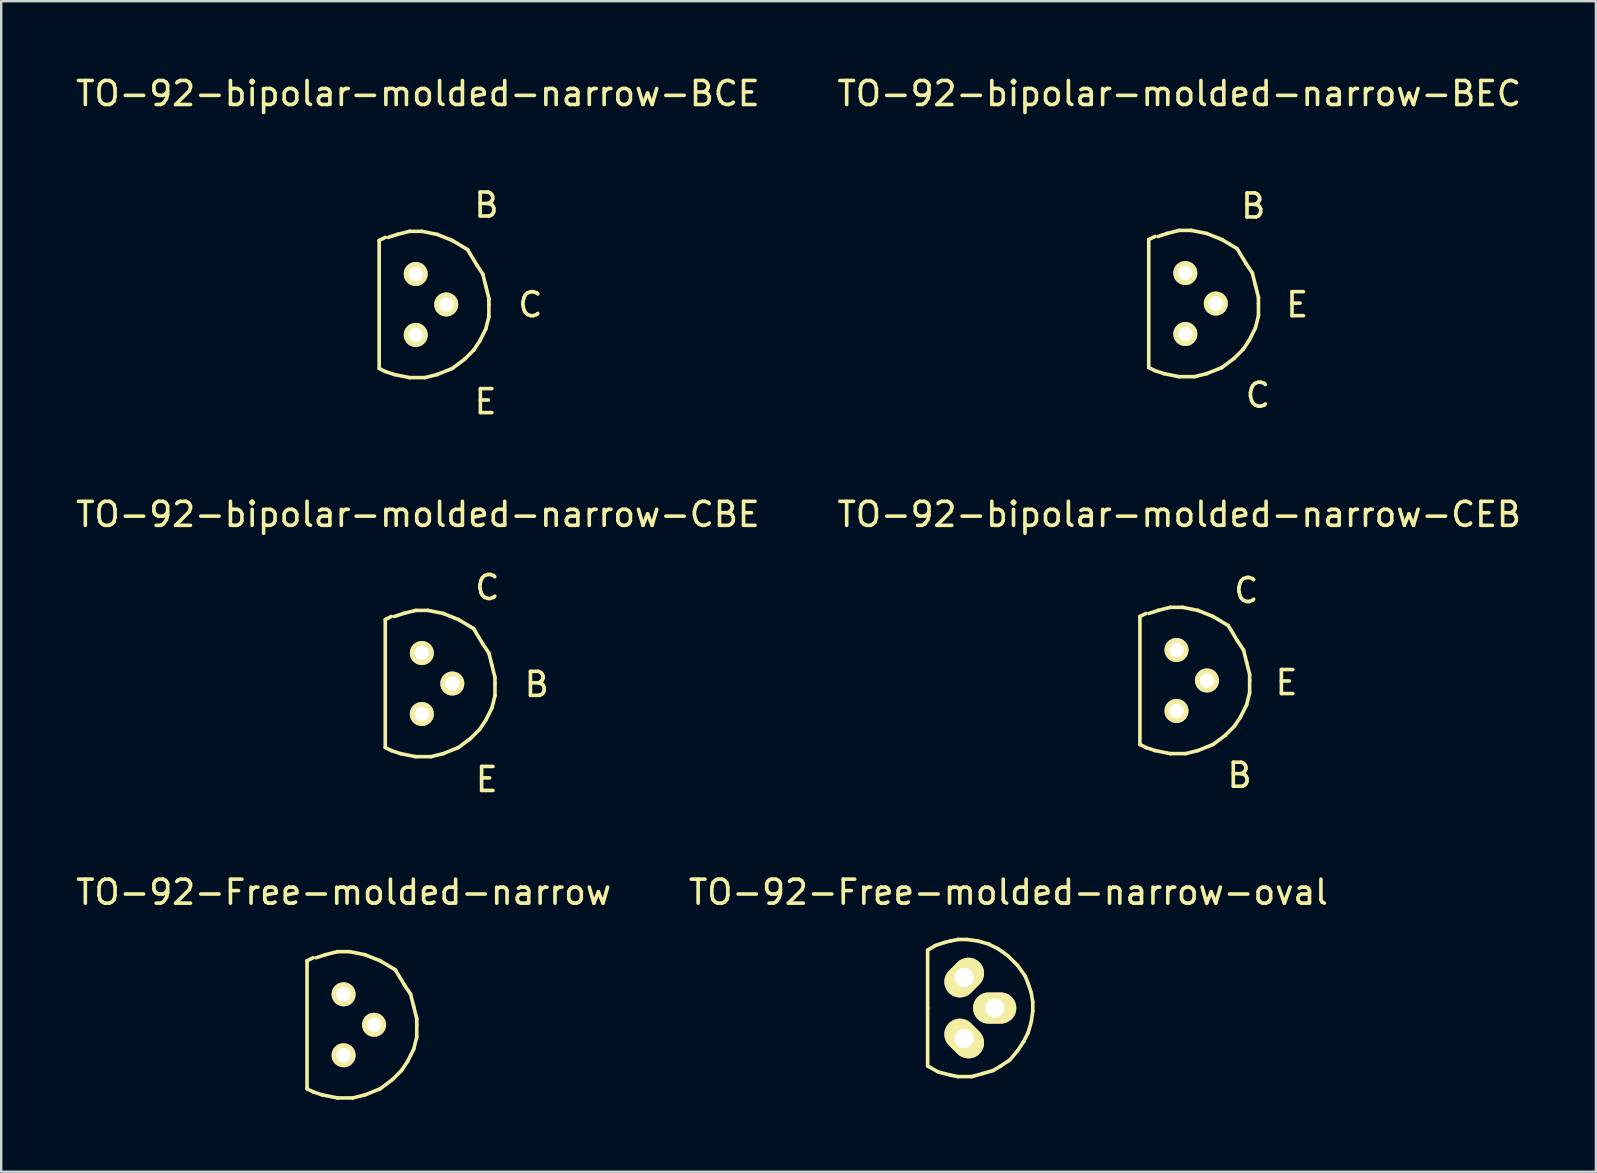
<source format=kicad_pcb>
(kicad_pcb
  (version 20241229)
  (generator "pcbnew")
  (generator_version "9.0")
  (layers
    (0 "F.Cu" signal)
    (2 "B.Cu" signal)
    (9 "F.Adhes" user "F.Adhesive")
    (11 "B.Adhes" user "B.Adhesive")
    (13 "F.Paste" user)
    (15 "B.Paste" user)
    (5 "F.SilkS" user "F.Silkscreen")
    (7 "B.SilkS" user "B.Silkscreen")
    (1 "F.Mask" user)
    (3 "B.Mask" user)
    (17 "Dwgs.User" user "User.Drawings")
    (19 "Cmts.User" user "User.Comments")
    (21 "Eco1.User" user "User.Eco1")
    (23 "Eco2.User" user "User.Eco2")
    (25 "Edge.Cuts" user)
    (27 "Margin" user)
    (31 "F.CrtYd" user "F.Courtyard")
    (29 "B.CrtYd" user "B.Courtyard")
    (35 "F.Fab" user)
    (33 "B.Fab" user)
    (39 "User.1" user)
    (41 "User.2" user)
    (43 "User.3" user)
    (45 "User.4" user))
  (footprint "TO-92-bipolar-molded-narrow-BCE"
    (layer "F.Cu")
    (at 14.274 9.637)
    (property "Reference" "TO-92-bipolar-molded-narrow-BCE" (at 0.089 -8.788 0) (layer "F.SilkS") (effects (font (size 1 1) (thickness 0.15))))
    (attr through_hole)
    (fp_line (start -1.524 -2.667) (end -1.524 2.667) (stroke (width 0.15) (type solid)) (layer "F.SilkS"))
    (fp_line (start -1.524 -2.667) (end -1.27 -2.794) (stroke (width 0.15) (type solid)) (layer "F.SilkS"))
    (fp_line (start -1.27 2.794) (end -1.524 2.667) (stroke (width 0.15) (type solid)) (layer "F.SilkS"))
    (fp_line (start -1.143 -2.794) (end -0.762 -2.921) (stroke (width 0.15) (type solid)) (layer "F.SilkS"))
    (fp_line (start -0.889 2.921) (end -1.27 2.794) (stroke (width 0.15) (type solid)) (layer "F.SilkS"))
    (fp_line (start -0.762 -2.921) (end -0.254 -3.048) (stroke (width 0.15) (type solid)) (layer "F.SilkS"))
    (fp_line (start -0.254 -3.048) (end 0.254 -3.048) (stroke (width 0.15) (type solid)) (layer "F.SilkS"))
    (fp_line (start -0.254 3.048) (end -0.889 2.921) (stroke (width 0.15) (type solid)) (layer "F.SilkS"))
    (fp_line (start 0.254 -3.048) (end 0.889 -2.921) (stroke (width 0.15) (type solid)) (layer "F.SilkS"))
    (fp_line (start 0.381 3.048) (end -0.254 3.048) (stroke (width 0.15) (type solid)) (layer "F.SilkS"))
    (fp_line (start 0.889 -2.921) (end 1.524 -2.667) (stroke (width 0.15) (type solid)) (layer "F.SilkS"))
    (fp_line (start 0.889 2.921) (end 0.381 3.048) (stroke (width 0.15) (type solid)) (layer "F.SilkS"))
    (fp_line (start 1.524 -2.667) (end 2.159 -2.286) (stroke (width 0.15) (type solid)) (layer "F.SilkS"))
    (fp_line (start 1.524 2.667) (end 0.889 2.921) (stroke (width 0.15) (type solid)) (layer "F.SilkS"))
    (fp_line (start 2.032 2.286) (end 1.524 2.667) (stroke (width 0.15) (type solid)) (layer "F.SilkS"))
    (fp_line (start 2.159 -2.286) (end 2.54 -1.651) (stroke (width 0.15) (type solid)) (layer "F.SilkS"))
    (fp_line (start 2.413 1.905) (end 2.032 2.286) (stroke (width 0.15) (type solid)) (layer "F.SilkS"))
    (fp_line (start 2.54 -1.651) (end 2.794 -1.27) (stroke (width 0.15) (type solid)) (layer "F.SilkS"))
    (fp_line (start 2.667 1.524) (end 2.413 1.905) (stroke (width 0.15) (type solid)) (layer "F.SilkS"))
    (fp_line (start 2.794 -1.27) (end 2.921 -0.762) (stroke (width 0.15) (type solid)) (layer "F.SilkS"))
    (fp_line (start 2.921 -0.762) (end 3.048 -0.254) (stroke (width 0.15) (type solid)) (layer "F.SilkS"))
    (fp_line (start 2.921 1.016) (end 2.667 1.524) (stroke (width 0.15) (type solid)) (layer "F.SilkS"))
    (fp_line (start 3.048 -0.254) (end 3.048 0) (stroke (width 0.15) (type solid)) (layer "F.SilkS"))
    (fp_line (start 3.048 0) (end 3.048 0.508) (stroke (width 0.15) (type solid)) (layer "F.SilkS"))
    (fp_line (start 3.048 0.508) (end 2.921 1.016) (stroke (width 0.15) (type solid)) (layer "F.SilkS"))
    (fp_text user "E" (at 2.908 4.051 0) (layer "F.SilkS") (effects (font (size 1 1) (thickness 0.15))))
    (fp_text user "B" (at 2.946 -4.14 0) (layer "F.SilkS") (effects (font (size 1 1) (thickness 0.15))))
    (fp_text user "C" (at 4.775 0.013 0) (layer "F.SilkS") (effects (font (size 1 1) (thickness 0.15))))
    (pad "B" thru_hole circle (at 0 -1.27) (size 1.001 1.001) (drill 0.599) (layers "*.Cu" "*.Mask" "F.SilkS"))
    (pad "C" thru_hole circle (at 1.27 0) (size 1.001 1.001) (drill 0.599) (layers "*.Cu" "*.Mask" "F.SilkS"))
    (pad "E" thru_hole circle (at 0 1.27) (size 1.001 1.001) (drill 0.599) (layers "*.Cu" "*.Mask" "F.SilkS")))
  (footprint "TO-92-Free-molded-narrow-oval"
    (layer "F.Cu")
    (at 37.129 38.956)
    (property "Reference" "TO-92-Free-molded-narrow-oval" (at 1.841 -4.826 0) (layer "F.SilkS") (effects (font (size 1 1) (thickness 0.15))))
    (attr through_hole)
    (fp_line (start -1.524 -2.413) (end -1.206 -2.603) (stroke (width 0.15) (type solid)) (layer "F.SilkS"))
    (fp_line (start -1.524 0) (end -1.524 -2.413) (stroke (width 0.15) (type solid)) (layer "F.SilkS"))
    (fp_line (start -1.524 0) (end -1.524 2.413) (stroke (width 0.15) (type solid)) (layer "F.SilkS"))
    (fp_line (start -1.206 -2.603) (end -0.826 -2.731) (stroke (width 0.15) (type solid)) (layer "F.SilkS"))
    (fp_line (start -1.079 2.667) (end -1.524 2.413) (stroke (width 0.15) (type solid)) (layer "F.SilkS"))
    (fp_line (start -0.826 -2.731) (end -0.572 -2.794) (stroke (width 0.15) (type solid)) (layer "F.SilkS"))
    (fp_line (start -0.572 -2.794) (end -0.254 -2.857) (stroke (width 0.15) (type solid)) (layer "F.SilkS"))
    (fp_line (start -0.572 2.794) (end -1.079 2.667) (stroke (width 0.15) (type solid)) (layer "F.SilkS"))
    (fp_line (start -0.254 -2.857) (end 0.127 -2.857) (stroke (width 0.15) (type solid)) (layer "F.SilkS"))
    (fp_line (start -0.254 2.857) (end -0.572 2.794) (stroke (width 0.15) (type solid)) (layer "F.SilkS"))
    (fp_line (start 0.127 -2.857) (end 0.572 -2.794) (stroke (width 0.15) (type solid)) (layer "F.SilkS"))
    (fp_line (start 0.318 2.857) (end -0.254 2.857) (stroke (width 0.15) (type solid)) (layer "F.SilkS"))
    (fp_line (start 0.572 -2.794) (end 1.016 -2.667) (stroke (width 0.15) (type solid)) (layer "F.SilkS"))
    (fp_line (start 0.762 2.731) (end 0.318 2.857) (stroke (width 0.15) (type solid)) (layer "F.SilkS"))
    (fp_line (start 1.016 -2.667) (end 1.397 -2.477) (stroke (width 0.15) (type solid)) (layer "F.SilkS"))
    (fp_line (start 1.206 2.603) (end 0.762 2.731) (stroke (width 0.15) (type solid)) (layer "F.SilkS"))
    (fp_line (start 1.397 -2.477) (end 1.587 -2.349) (stroke (width 0.15) (type solid)) (layer "F.SilkS"))
    (fp_line (start 1.524 2.413) (end 1.206 2.603) (stroke (width 0.15) (type solid)) (layer "F.SilkS"))
    (fp_line (start 1.587 -2.349) (end 1.841 -2.159) (stroke (width 0.15) (type solid)) (layer "F.SilkS"))
    (fp_line (start 1.841 -2.159) (end 2.223 -1.778) (stroke (width 0.15) (type solid)) (layer "F.SilkS"))
    (fp_line (start 1.905 2.159) (end 1.524 2.413) (stroke (width 0.15) (type solid)) (layer "F.SilkS"))
    (fp_line (start 2.223 -1.778) (end 2.54 -1.333) (stroke (width 0.15) (type solid)) (layer "F.SilkS"))
    (fp_line (start 2.223 1.778) (end 1.905 2.159) (stroke (width 0.15) (type solid)) (layer "F.SilkS"))
    (fp_line (start 2.477 1.397) (end 2.223 1.778) (stroke (width 0.15) (type solid)) (layer "F.SilkS"))
    (fp_line (start 2.54 -1.333) (end 2.667 -1.016) (stroke (width 0.15) (type solid)) (layer "F.SilkS"))
    (fp_line (start 2.667 -1.016) (end 2.794 -0.635) (stroke (width 0.15) (type solid)) (layer "F.SilkS"))
    (fp_line (start 2.667 1.016) (end 2.477 1.397) (stroke (width 0.15) (type solid)) (layer "F.SilkS"))
    (fp_line (start 2.794 -0.635) (end 2.857 -0.254) (stroke (width 0.15) (type solid)) (layer "F.SilkS"))
    (fp_line (start 2.794 0.572) (end 2.667 1.016) (stroke (width 0.15) (type solid)) (layer "F.SilkS"))
    (fp_line (start 2.857 -0.254) (end 2.857 0.127) (stroke (width 0.15) (type solid)) (layer "F.SilkS"))
    (fp_line (start 2.857 0.127) (end 2.794 0.572) (stroke (width 0.15) (type solid)) (layer "F.SilkS"))
    (pad "1" thru_hole oval (at 0 -1.27 315) (size 1.3 1.801) (drill 0.8) (layers "*.Cu" "*.Mask" "F.SilkS"))
    (pad "2" thru_hole oval (at 1.27 0) (size 1.801 1.3) (drill 0.8) (layers "*.Cu" "*.Mask" "F.SilkS"))
    (pad "3" thru_hole oval (at 0 1.27 315) (size 1.801 1.3) (drill 0.8) (layers "*.Cu" "*.Mask" "F.SilkS")))
  (footprint "TO-92-bipolar-molded-narrow-CEB"
    (layer "F.Cu")
    (at 45.975 25.306)
    (property "Reference" "TO-92-bipolar-molded-narrow-CEB" (at 0.114 -6.921 0) (layer "F.SilkS") (effects (font (size 1 1) (thickness 0.15))))
    (attr through_hole)
    (fp_line (start -1.524 -2.667) (end -1.524 2.667) (stroke (width 0.15) (type solid)) (layer "F.SilkS"))
    (fp_line (start -1.524 -2.667) (end -1.27 -2.794) (stroke (width 0.15) (type solid)) (layer "F.SilkS"))
    (fp_line (start -1.27 2.794) (end -1.524 2.667) (stroke (width 0.15) (type solid)) (layer "F.SilkS"))
    (fp_line (start -1.143 -2.794) (end -0.762 -2.921) (stroke (width 0.15) (type solid)) (layer "F.SilkS"))
    (fp_line (start -0.889 2.921) (end -1.27 2.794) (stroke (width 0.15) (type solid)) (layer "F.SilkS"))
    (fp_line (start -0.762 -2.921) (end -0.254 -3.048) (stroke (width 0.15) (type solid)) (layer "F.SilkS"))
    (fp_line (start -0.254 -3.048) (end 0.254 -3.048) (stroke (width 0.15) (type solid)) (layer "F.SilkS"))
    (fp_line (start -0.254 3.048) (end -0.889 2.921) (stroke (width 0.15) (type solid)) (layer "F.SilkS"))
    (fp_line (start 0.254 -3.048) (end 0.889 -2.921) (stroke (width 0.15) (type solid)) (layer "F.SilkS"))
    (fp_line (start 0.381 3.048) (end -0.254 3.048) (stroke (width 0.15) (type solid)) (layer "F.SilkS"))
    (fp_line (start 0.889 -2.921) (end 1.524 -2.667) (stroke (width 0.15) (type solid)) (layer "F.SilkS"))
    (fp_line (start 0.889 2.921) (end 0.381 3.048) (stroke (width 0.15) (type solid)) (layer "F.SilkS"))
    (fp_line (start 1.524 -2.667) (end 2.159 -2.286) (stroke (width 0.15) (type solid)) (layer "F.SilkS"))
    (fp_line (start 1.524 2.667) (end 0.889 2.921) (stroke (width 0.15) (type solid)) (layer "F.SilkS"))
    (fp_line (start 2.032 2.286) (end 1.524 2.667) (stroke (width 0.15) (type solid)) (layer "F.SilkS"))
    (fp_line (start 2.159 -2.286) (end 2.54 -1.651) (stroke (width 0.15) (type solid)) (layer "F.SilkS"))
    (fp_line (start 2.413 1.905) (end 2.032 2.286) (stroke (width 0.15) (type solid)) (layer "F.SilkS"))
    (fp_line (start 2.54 -1.651) (end 2.794 -1.27) (stroke (width 0.15) (type solid)) (layer "F.SilkS"))
    (fp_line (start 2.667 1.524) (end 2.413 1.905) (stroke (width 0.15) (type solid)) (layer "F.SilkS"))
    (fp_line (start 2.794 -1.27) (end 2.921 -0.762) (stroke (width 0.15) (type solid)) (layer "F.SilkS"))
    (fp_line (start 2.921 -0.762) (end 3.048 -0.254) (stroke (width 0.15) (type solid)) (layer "F.SilkS"))
    (fp_line (start 2.921 1.016) (end 2.667 1.524) (stroke (width 0.15) (type solid)) (layer "F.SilkS"))
    (fp_line (start 3.048 -0.254) (end 3.048 0) (stroke (width 0.15) (type solid)) (layer "F.SilkS"))
    (fp_line (start 3.048 0) (end 3.048 0.508) (stroke (width 0.15) (type solid)) (layer "F.SilkS"))
    (fp_line (start 3.048 0.508) (end 2.921 1.016) (stroke (width 0.15) (type solid)) (layer "F.SilkS"))
    (fp_text user "E" (at 4.585 0.089 0) (layer "F.SilkS") (effects (font (size 1 1) (thickness 0.15))))
    (fp_text user "B" (at 2.629 3.95 0) (layer "F.SilkS") (effects (font (size 1 1) (thickness 0.15))))
    (fp_text user "C" (at 2.908 -3.747 0) (layer "F.SilkS") (effects (font (size 1 1) (thickness 0.15))))
    (pad "B" thru_hole circle (at 0 1.27) (size 1.001 1.001) (drill 0.599) (layers "*.Cu" "*.Mask" "F.SilkS"))
    (pad "C" thru_hole circle (at 0 -1.27) (size 1.001 1.001) (drill 0.599) (layers "*.Cu" "*.Mask" "F.SilkS"))
    (pad "E" thru_hole circle (at 1.27 0) (size 1.001 1.001) (drill 0.599) (layers "*.Cu" "*.Mask" "F.SilkS")))
  (footprint "TO-92-bipolar-molded-narrow-BEC"
    (layer "F.Cu")
    (at 46.343 9.599)
    (property "Reference" "TO-92-bipolar-molded-narrow-BEC" (at -0.254 -8.75 0) (layer "F.SilkS") (effects (font (size 1 1) (thickness 0.15))))
    (attr through_hole)
    (fp_line (start -1.524 -2.667) (end -1.524 2.667) (stroke (width 0.15) (type solid)) (layer "F.SilkS"))
    (fp_line (start -1.524 -2.667) (end -1.27 -2.794) (stroke (width 0.15) (type solid)) (layer "F.SilkS"))
    (fp_line (start -1.27 2.794) (end -1.524 2.667) (stroke (width 0.15) (type solid)) (layer "F.SilkS"))
    (fp_line (start -1.143 -2.794) (end -0.762 -2.921) (stroke (width 0.15) (type solid)) (layer "F.SilkS"))
    (fp_line (start -0.889 2.921) (end -1.27 2.794) (stroke (width 0.15) (type solid)) (layer "F.SilkS"))
    (fp_line (start -0.762 -2.921) (end -0.254 -3.048) (stroke (width 0.15) (type solid)) (layer "F.SilkS"))
    (fp_line (start -0.254 -3.048) (end 0.254 -3.048) (stroke (width 0.15) (type solid)) (layer "F.SilkS"))
    (fp_line (start -0.254 3.048) (end -0.889 2.921) (stroke (width 0.15) (type solid)) (layer "F.SilkS"))
    (fp_line (start 0.254 -3.048) (end 0.889 -2.921) (stroke (width 0.15) (type solid)) (layer "F.SilkS"))
    (fp_line (start 0.381 3.048) (end -0.254 3.048) (stroke (width 0.15) (type solid)) (layer "F.SilkS"))
    (fp_line (start 0.889 -2.921) (end 1.524 -2.667) (stroke (width 0.15) (type solid)) (layer "F.SilkS"))
    (fp_line (start 0.889 2.921) (end 0.381 3.048) (stroke (width 0.15) (type solid)) (layer "F.SilkS"))
    (fp_line (start 1.524 -2.667) (end 2.159 -2.286) (stroke (width 0.15) (type solid)) (layer "F.SilkS"))
    (fp_line (start 1.524 2.667) (end 0.889 2.921) (stroke (width 0.15) (type solid)) (layer "F.SilkS"))
    (fp_line (start 2.032 2.286) (end 1.524 2.667) (stroke (width 0.15) (type solid)) (layer "F.SilkS"))
    (fp_line (start 2.159 -2.286) (end 2.54 -1.651) (stroke (width 0.15) (type solid)) (layer "F.SilkS"))
    (fp_line (start 2.413 1.905) (end 2.032 2.286) (stroke (width 0.15) (type solid)) (layer "F.SilkS"))
    (fp_line (start 2.54 -1.651) (end 2.794 -1.27) (stroke (width 0.15) (type solid)) (layer "F.SilkS"))
    (fp_line (start 2.667 1.524) (end 2.413 1.905) (stroke (width 0.15) (type solid)) (layer "F.SilkS"))
    (fp_line (start 2.794 -1.27) (end 2.921 -0.762) (stroke (width 0.15) (type solid)) (layer "F.SilkS"))
    (fp_line (start 2.921 -0.762) (end 3.048 -0.254) (stroke (width 0.15) (type solid)) (layer "F.SilkS"))
    (fp_line (start 2.921 1.016) (end 2.667 1.524) (stroke (width 0.15) (type solid)) (layer "F.SilkS"))
    (fp_line (start 3.048 -0.254) (end 3.048 0) (stroke (width 0.15) (type solid)) (layer "F.SilkS"))
    (fp_line (start 3.048 0) (end 3.048 0.508) (stroke (width 0.15) (type solid)) (layer "F.SilkS"))
    (fp_line (start 3.048 0.508) (end 2.921 1.016) (stroke (width 0.15) (type solid)) (layer "F.SilkS"))
    (fp_text user "C" (at 3.023 3.823 0) (layer "F.SilkS") (effects (font (size 1 1) (thickness 0.15))))
    (fp_text user "B" (at 2.832 -4.064 0) (layer "F.SilkS") (effects (font (size 1 1) (thickness 0.15))))
    (fp_text user "E" (at 4.661 0.051 0) (layer "F.SilkS") (effects (font (size 1 1) (thickness 0.15))))
    (pad "B" thru_hole circle (at 0 -1.27) (size 1.001 1.001) (drill 0.599) (layers "*.Cu" "*.Mask" "F.SilkS"))
    (pad "C" thru_hole circle (at 0 1.27) (size 1.001 1.001) (drill 0.599) (layers "*.Cu" "*.Mask" "F.SilkS"))
    (pad "E" thru_hole circle (at 1.27 0) (size 1.001 1.001) (drill 0.599) (layers "*.Cu" "*.Mask" "F.SilkS")))
  (footprint "TO-92-bipolar-molded-narrow-CBE"
    (layer "F.Cu")
    (at 14.528 25.433)
    (property "Reference" "TO-92-bipolar-molded-narrow-CBE" (at -0.165 -7.048 0) (layer "F.SilkS") (effects (font (size 1 1) (thickness 0.15))))
    (attr through_hole)
    (fp_line (start -1.524 -2.667) (end -1.524 2.667) (stroke (width 0.15) (type solid)) (layer "F.SilkS"))
    (fp_line (start -1.524 -2.667) (end -1.27 -2.794) (stroke (width 0.15) (type solid)) (layer "F.SilkS"))
    (fp_line (start -1.27 2.794) (end -1.524 2.667) (stroke (width 0.15) (type solid)) (layer "F.SilkS"))
    (fp_line (start -1.143 -2.794) (end -0.762 -2.921) (stroke (width 0.15) (type solid)) (layer "F.SilkS"))
    (fp_line (start -0.889 2.921) (end -1.27 2.794) (stroke (width 0.15) (type solid)) (layer "F.SilkS"))
    (fp_line (start -0.762 -2.921) (end -0.254 -3.048) (stroke (width 0.15) (type solid)) (layer "F.SilkS"))
    (fp_line (start -0.254 -3.048) (end 0.254 -3.048) (stroke (width 0.15) (type solid)) (layer "F.SilkS"))
    (fp_line (start -0.254 3.048) (end -0.889 2.921) (stroke (width 0.15) (type solid)) (layer "F.SilkS"))
    (fp_line (start 0.254 -3.048) (end 0.889 -2.921) (stroke (width 0.15) (type solid)) (layer "F.SilkS"))
    (fp_line (start 0.381 3.048) (end -0.254 3.048) (stroke (width 0.15) (type solid)) (layer "F.SilkS"))
    (fp_line (start 0.889 -2.921) (end 1.524 -2.667) (stroke (width 0.15) (type solid)) (layer "F.SilkS"))
    (fp_line (start 0.889 2.921) (end 0.381 3.048) (stroke (width 0.15) (type solid)) (layer "F.SilkS"))
    (fp_line (start 1.524 -2.667) (end 2.159 -2.286) (stroke (width 0.15) (type solid)) (layer "F.SilkS"))
    (fp_line (start 1.524 2.667) (end 0.889 2.921) (stroke (width 0.15) (type solid)) (layer "F.SilkS"))
    (fp_line (start 2.032 2.286) (end 1.524 2.667) (stroke (width 0.15) (type solid)) (layer "F.SilkS"))
    (fp_line (start 2.159 -2.286) (end 2.54 -1.651) (stroke (width 0.15) (type solid)) (layer "F.SilkS"))
    (fp_line (start 2.413 1.905) (end 2.032 2.286) (stroke (width 0.15) (type solid)) (layer "F.SilkS"))
    (fp_line (start 2.54 -1.651) (end 2.794 -1.27) (stroke (width 0.15) (type solid)) (layer "F.SilkS"))
    (fp_line (start 2.667 1.524) (end 2.413 1.905) (stroke (width 0.15) (type solid)) (layer "F.SilkS"))
    (fp_line (start 2.794 -1.27) (end 2.921 -0.762) (stroke (width 0.15) (type solid)) (layer "F.SilkS"))
    (fp_line (start 2.921 -0.762) (end 3.048 -0.254) (stroke (width 0.15) (type solid)) (layer "F.SilkS"))
    (fp_line (start 2.921 1.016) (end 2.667 1.524) (stroke (width 0.15) (type solid)) (layer "F.SilkS"))
    (fp_line (start 3.048 -0.254) (end 3.048 0) (stroke (width 0.15) (type solid)) (layer "F.SilkS"))
    (fp_line (start 3.048 0) (end 3.048 0.508) (stroke (width 0.15) (type solid)) (layer "F.SilkS"))
    (fp_line (start 3.048 0.508) (end 2.921 1.016) (stroke (width 0.15) (type solid)) (layer "F.SilkS"))
    (fp_text user "C" (at 2.731 -4 0) (layer "F.SilkS") (effects (font (size 1 1) (thickness 0.15))))
    (fp_text user "B" (at 4.788 0.038 0) (layer "F.SilkS") (effects (font (size 1 1) (thickness 0.15))))
    (fp_text user "E" (at 2.705 4 0) (layer "F.SilkS") (effects (font (size 1 1) (thickness 0.15))))
    (pad "B" thru_hole circle (at 1.27 0) (size 1.001 1.001) (drill 0.599) (layers "*.Cu" "*.Mask" "F.SilkS"))
    (pad "C" thru_hole circle (at 0 -1.27) (size 1.001 1.001) (drill 0.599) (layers "*.Cu" "*.Mask" "F.SilkS"))
    (pad "E" thru_hole circle (at 0 1.27) (size 1.001 1.001) (drill 0.599) (layers "*.Cu" "*.Mask" "F.SilkS")))
  (footprint "TO-92-Free-molded-narrow"
    (layer "F.Cu")
    (at 11.268 39.654)
    (property "Reference" "TO-92-Free-molded-narrow" (at 0 -5.524 0) (layer "F.SilkS") (effects (font (size 1 1) (thickness 0.15))))
    (attr through_hole)
    (fp_line (start -1.524 -2.667) (end -1.524 2.667) (stroke (width 0.15) (type solid)) (layer "F.SilkS"))
    (fp_line (start -1.524 -2.667) (end -1.27 -2.794) (stroke (width 0.15) (type solid)) (layer "F.SilkS"))
    (fp_line (start -1.27 2.794) (end -1.524 2.667) (stroke (width 0.15) (type solid)) (layer "F.SilkS"))
    (fp_line (start -1.143 -2.794) (end -0.762 -2.921) (stroke (width 0.15) (type solid)) (layer "F.SilkS"))
    (fp_line (start -0.889 2.921) (end -1.27 2.794) (stroke (width 0.15) (type solid)) (layer "F.SilkS"))
    (fp_line (start -0.762 -2.921) (end -0.254 -3.048) (stroke (width 0.15) (type solid)) (layer "F.SilkS"))
    (fp_line (start -0.254 -3.048) (end 0.254 -3.048) (stroke (width 0.15) (type solid)) (layer "F.SilkS"))
    (fp_line (start -0.254 3.048) (end -0.889 2.921) (stroke (width 0.15) (type solid)) (layer "F.SilkS"))
    (fp_line (start 0.254 -3.048) (end 0.889 -2.921) (stroke (width 0.15) (type solid)) (layer "F.SilkS"))
    (fp_line (start 0.381 3.048) (end -0.254 3.048) (stroke (width 0.15) (type solid)) (layer "F.SilkS"))
    (fp_line (start 0.889 -2.921) (end 1.524 -2.667) (stroke (width 0.15) (type solid)) (layer "F.SilkS"))
    (fp_line (start 0.889 2.921) (end 0.381 3.048) (stroke (width 0.15) (type solid)) (layer "F.SilkS"))
    (fp_line (start 1.524 -2.667) (end 2.159 -2.286) (stroke (width 0.15) (type solid)) (layer "F.SilkS"))
    (fp_line (start 1.524 2.667) (end 0.889 2.921) (stroke (width 0.15) (type solid)) (layer "F.SilkS"))
    (fp_line (start 2.032 2.286) (end 1.524 2.667) (stroke (width 0.15) (type solid)) (layer "F.SilkS"))
    (fp_line (start 2.159 -2.286) (end 2.54 -1.651) (stroke (width 0.15) (type solid)) (layer "F.SilkS"))
    (fp_line (start 2.413 1.905) (end 2.032 2.286) (stroke (width 0.15) (type solid)) (layer "F.SilkS"))
    (fp_line (start 2.54 -1.651) (end 2.794 -1.27) (stroke (width 0.15) (type solid)) (layer "F.SilkS"))
    (fp_line (start 2.667 1.524) (end 2.413 1.905) (stroke (width 0.15) (type solid)) (layer "F.SilkS"))
    (fp_line (start 2.794 -1.27) (end 2.921 -0.762) (stroke (width 0.15) (type solid)) (layer "F.SilkS"))
    (fp_line (start 2.921 -0.762) (end 3.048 -0.254) (stroke (width 0.15) (type solid)) (layer "F.SilkS"))
    (fp_line (start 2.921 1.016) (end 2.667 1.524) (stroke (width 0.15) (type solid)) (layer "F.SilkS"))
    (fp_line (start 3.048 -0.254) (end 3.048 0) (stroke (width 0.15) (type solid)) (layer "F.SilkS"))
    (fp_line (start 3.048 0) (end 3.048 0.508) (stroke (width 0.15) (type solid)) (layer "F.SilkS"))
    (fp_line (start 3.048 0.508) (end 2.921 1.016) (stroke (width 0.15) (type solid)) (layer "F.SilkS"))
    (pad "1" thru_hole circle (at 0 -1.27) (size 1.001 1.001) (drill 0.599) (layers "*.Cu" "*.Mask" "F.SilkS"))
    (pad "2" thru_hole circle (at 1.27 0) (size 1.001 1.001) (drill 0.599) (layers "*.Cu" "*.Mask" "F.SilkS"))
    (pad "3" thru_hole circle (at 0 1.27) (size 1.001 1.001) (drill 0.599) (layers "*.Cu" "*.Mask" "F.SilkS")))
  (gr_rect
    (start -3 -3)
    (end 63.452 45.777)
    (stroke (width 0.1) (type default))
    (fill no)
    (layer "Edge.Cuts")))
</source>
